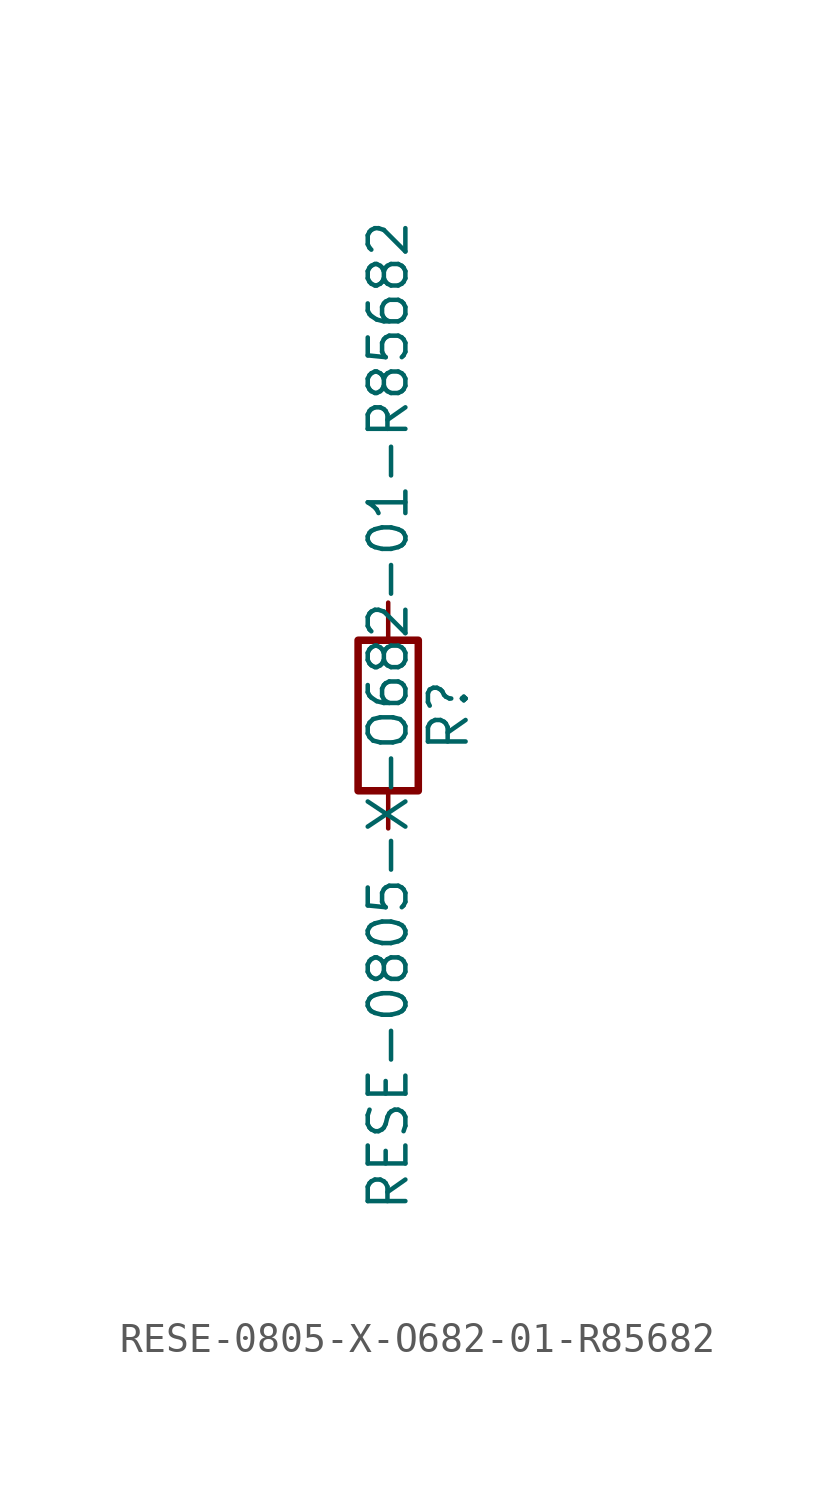
<source format=kicad_sym>
(kicad_symbol_lib
  (version 20211014)
  (generator kicad_symbol_editor)
  (symbol "RESE-0805-X-O682-01-R85682"
    (pin_numbers hide)
    (pin_names
      (offset 0))
    (property "Reference" "R"
      (at 2.032 0 90)
      (effects (font (size 1.27 1.27))))
    (property "Value" "RESE-0805-X-O682-01-R85682"
      (at 0 0 90)
      (effects (font (size 1.27 1.27))))
    (symbol "RESE-0805-X-O682-01-R85682_0_1"
      (rectangle (start -1.016 -2.54) (end 1.016 2.54) (stroke (width 0.254) (type default) (color 0 0 0 0)) (fill (type none))))
    (symbol "RESE-0805-X-O682-01-R85682_1_1"
      (pin passive line (at 0 3.81 270) (length 1.27) (name "~" (effects (font (size 1.27 1.27)))) (number "1" (effects (font (size 1.27 1.27)))))
      (pin passive line (at 0 -3.81 90) (length 1.27) (name "~" (effects (font (size 1.27 1.27)))) (number "2" (effects (font (size 1.27 1.27))))))))
</source>
